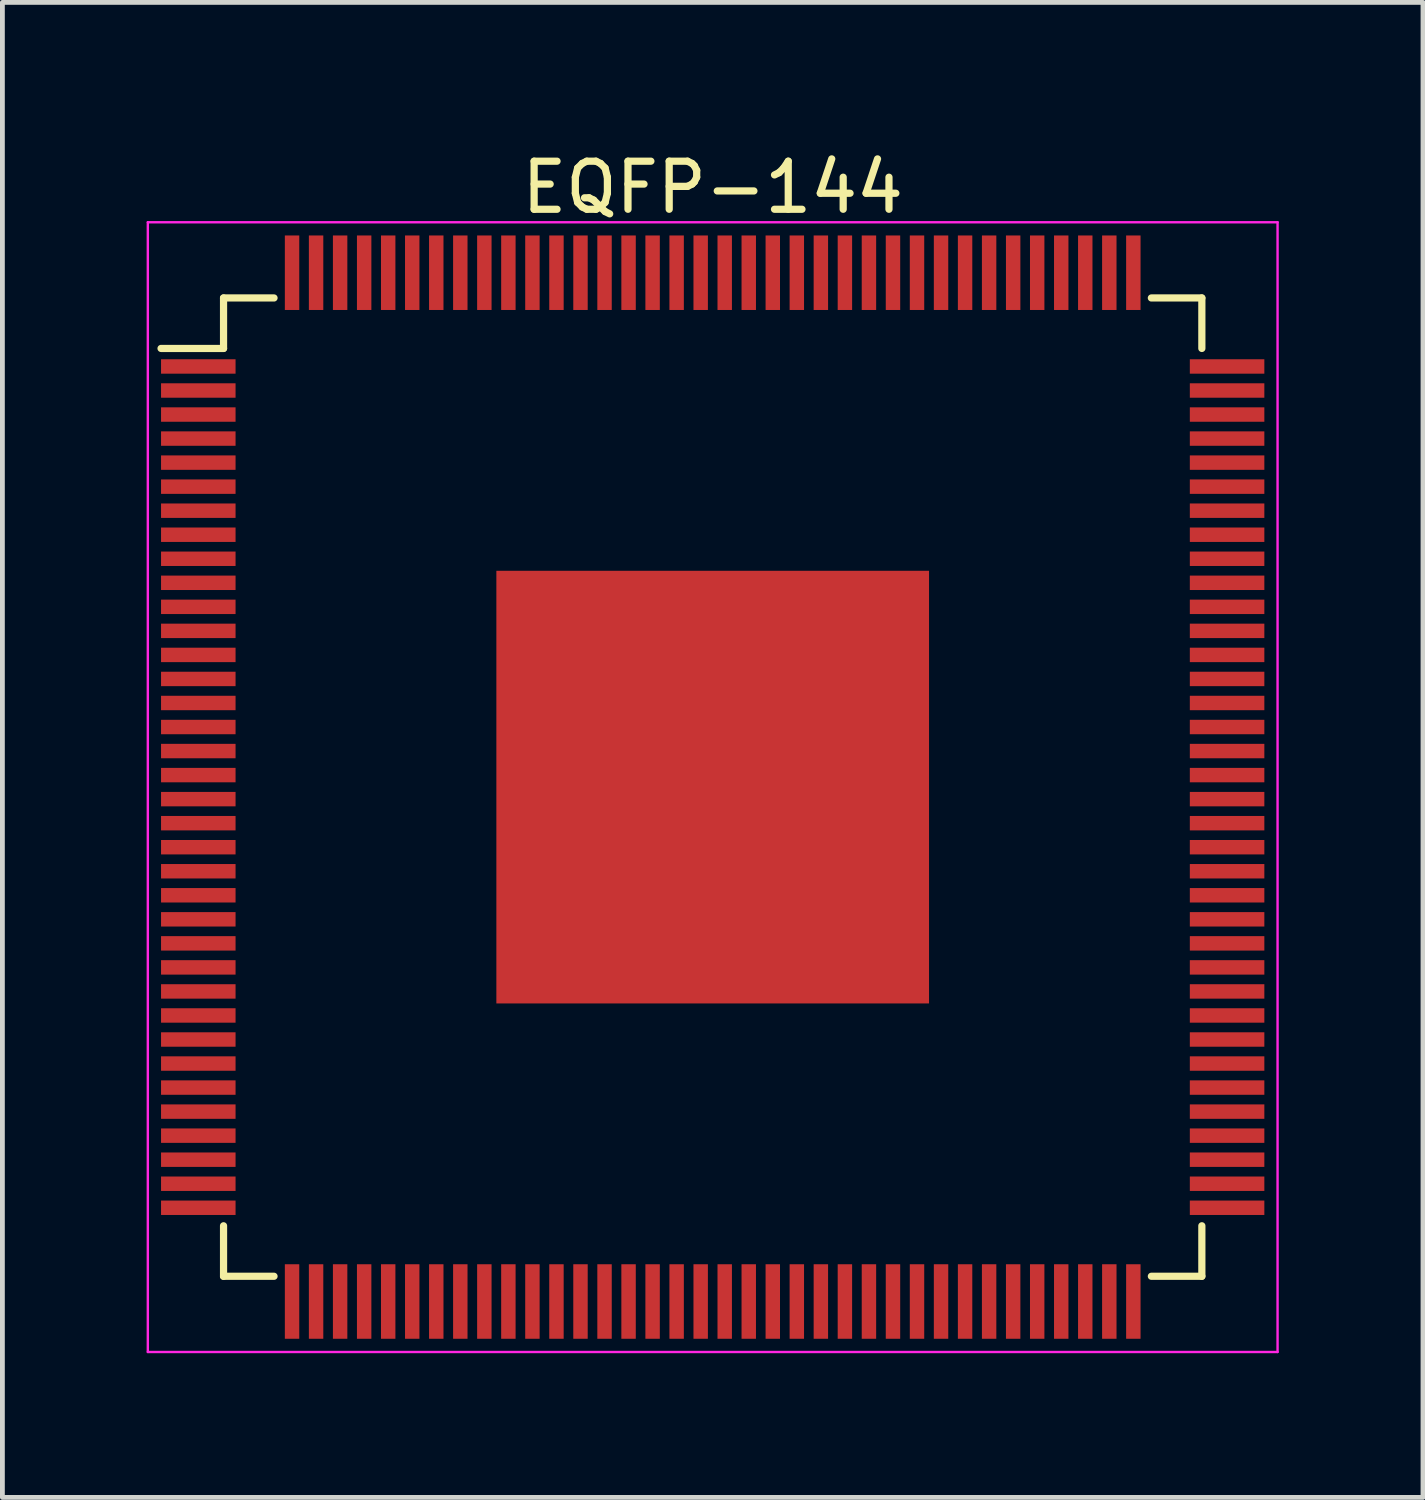
<source format=kicad_pcb>
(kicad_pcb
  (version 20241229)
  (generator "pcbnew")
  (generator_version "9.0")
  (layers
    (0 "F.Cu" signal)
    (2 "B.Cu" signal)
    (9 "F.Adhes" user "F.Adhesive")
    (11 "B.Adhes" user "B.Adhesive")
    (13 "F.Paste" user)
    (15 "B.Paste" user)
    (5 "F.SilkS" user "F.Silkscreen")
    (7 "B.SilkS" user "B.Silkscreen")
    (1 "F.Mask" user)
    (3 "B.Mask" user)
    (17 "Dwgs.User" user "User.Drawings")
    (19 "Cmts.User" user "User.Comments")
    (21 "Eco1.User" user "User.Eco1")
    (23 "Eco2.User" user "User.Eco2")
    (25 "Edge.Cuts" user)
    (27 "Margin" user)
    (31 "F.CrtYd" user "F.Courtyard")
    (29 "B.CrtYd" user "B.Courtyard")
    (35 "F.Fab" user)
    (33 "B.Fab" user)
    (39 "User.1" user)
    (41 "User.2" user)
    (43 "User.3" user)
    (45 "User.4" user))
  (footprint "EQFP-144"
    (layer "F.Cu")
    (at 11.775 13.323)
    (property "Reference" "EQFP-144" (at 0 -12.475 0) (layer "F.SilkS") (effects (font (size 1 1) (thickness 0.15))))
    (attr smd)
    (fp_line (start -10.175 -10.175) (end -10.175 -9.125) (stroke (width 0.15) (type solid)) (layer "F.SilkS"))
    (fp_line (start -10.175 -10.175) (end -9.125 -10.175) (stroke (width 0.15) (type solid)) (layer "F.SilkS"))
    (fp_line (start -10.175 -9.125) (end -11.475 -9.125) (stroke (width 0.15) (type solid)) (layer "F.SilkS"))
    (fp_line (start -10.175 10.175) (end -10.175 9.125) (stroke (width 0.15) (type solid)) (layer "F.SilkS"))
    (fp_line (start -10.175 10.175) (end -9.125 10.175) (stroke (width 0.15) (type solid)) (layer "F.SilkS"))
    (fp_line (start 10.175 -10.175) (end 9.125 -10.175) (stroke (width 0.15) (type solid)) (layer "F.SilkS"))
    (fp_line (start 10.175 -10.175) (end 10.175 -9.125) (stroke (width 0.15) (type solid)) (layer "F.SilkS"))
    (fp_line (start 10.175 10.175) (end 9.125 10.175) (stroke (width 0.15) (type solid)) (layer "F.SilkS"))
    (fp_line (start 10.175 10.175) (end 10.175 9.125) (stroke (width 0.15) (type solid)) (layer "F.SilkS"))
    (fp_line (start -11.75 -11.75) (end -11.75 11.75) (stroke (width 0.05) (type solid)) (layer "F.CrtYd"))
    (fp_line (start -11.75 -11.75) (end 11.75 -11.75) (stroke (width 0.05) (type solid)) (layer "F.CrtYd"))
    (fp_line (start -11.75 11.75) (end 11.75 11.75) (stroke (width 0.05) (type solid)) (layer "F.CrtYd"))
    (fp_line (start 11.75 -11.75) (end 11.75 11.75) (stroke (width 0.05) (type solid)) (layer "F.CrtYd"))
    (pad "1" smd rect (at -10.7 -8.75) (size 1.55 0.3) (layers "F.Cu" "F.Mask" "F.Paste"))
    (pad "2" smd rect (at -10.7 -8.25) (size 1.55 0.3) (layers "F.Cu" "F.Mask" "F.Paste"))
    (pad "3" smd rect (at -10.7 -7.75) (size 1.55 0.3) (layers "F.Cu" "F.Mask" "F.Paste"))
    (pad "4" smd rect (at -10.7 -7.25) (size 1.55 0.3) (layers "F.Cu" "F.Mask" "F.Paste"))
    (pad "5" smd rect (at -10.7 -6.75) (size 1.55 0.3) (layers "F.Cu" "F.Mask" "F.Paste"))
    (pad "6" smd rect (at -10.7 -6.25) (size 1.55 0.3) (layers "F.Cu" "F.Mask" "F.Paste"))
    (pad "7" smd rect (at -10.7 -5.75) (size 1.55 0.3) (layers "F.Cu" "F.Mask" "F.Paste"))
    (pad "8" smd rect (at -10.7 -5.25) (size 1.55 0.3) (layers "F.Cu" "F.Mask" "F.Paste"))
    (pad "9" smd rect (at -10.7 -4.75) (size 1.55 0.3) (layers "F.Cu" "F.Mask" "F.Paste"))
    (pad "10" smd rect (at -10.7 -4.25) (size 1.55 0.3) (layers "F.Cu" "F.Mask" "F.Paste"))
    (pad "11" smd rect (at -10.7 -3.75) (size 1.55 0.3) (layers "F.Cu" "F.Mask" "F.Paste"))
    (pad "12" smd rect (at -10.7 -3.25) (size 1.55 0.3) (layers "F.Cu" "F.Mask" "F.Paste"))
    (pad "13" smd rect (at -10.7 -2.75) (size 1.55 0.3) (layers "F.Cu" "F.Mask" "F.Paste"))
    (pad "14" smd rect (at -10.7 -2.25) (size 1.55 0.3) (layers "F.Cu" "F.Mask" "F.Paste"))
    (pad "15" smd rect (at -10.7 -1.75) (size 1.55 0.3) (layers "F.Cu" "F.Mask" "F.Paste"))
    (pad "16" smd rect (at -10.7 -1.25) (size 1.55 0.3) (layers "F.Cu" "F.Mask" "F.Paste"))
    (pad "17" smd rect (at -10.7 -0.75) (size 1.55 0.3) (layers "F.Cu" "F.Mask" "F.Paste"))
    (pad "18" smd rect (at -10.7 -0.25) (size 1.55 0.3) (layers "F.Cu" "F.Mask" "F.Paste"))
    (pad "19" smd rect (at -10.7 0.25) (size 1.55 0.3) (layers "F.Cu" "F.Mask" "F.Paste"))
    (pad "20" smd rect (at -10.7 0.75) (size 1.55 0.3) (layers "F.Cu" "F.Mask" "F.Paste"))
    (pad "21" smd rect (at -10.7 1.25) (size 1.55 0.3) (layers "F.Cu" "F.Mask" "F.Paste"))
    (pad "22" smd rect (at -10.7 1.75) (size 1.55 0.3) (layers "F.Cu" "F.Mask" "F.Paste"))
    (pad "23" smd rect (at -10.7 2.25) (size 1.55 0.3) (layers "F.Cu" "F.Mask" "F.Paste"))
    (pad "24" smd rect (at -10.7 2.75) (size 1.55 0.3) (layers "F.Cu" "F.Mask" "F.Paste"))
    (pad "25" smd rect (at -10.7 3.25) (size 1.55 0.3) (layers "F.Cu" "F.Mask" "F.Paste"))
    (pad "26" smd rect (at -10.7 3.75) (size 1.55 0.3) (layers "F.Cu" "F.Mask" "F.Paste"))
    (pad "27" smd rect (at -10.7 4.25) (size 1.55 0.3) (layers "F.Cu" "F.Mask" "F.Paste"))
    (pad "28" smd rect (at -10.7 4.75) (size 1.55 0.3) (layers "F.Cu" "F.Mask" "F.Paste"))
    (pad "29" smd rect (at -10.7 5.25) (size 1.55 0.3) (layers "F.Cu" "F.Mask" "F.Paste"))
    (pad "30" smd rect (at -10.7 5.75) (size 1.55 0.3) (layers "F.Cu" "F.Mask" "F.Paste"))
    (pad "31" smd rect (at -10.7 6.25) (size 1.55 0.3) (layers "F.Cu" "F.Mask" "F.Paste"))
    (pad "32" smd rect (at -10.7 6.75) (size 1.55 0.3) (layers "F.Cu" "F.Mask" "F.Paste"))
    (pad "33" smd rect (at -10.7 7.25) (size 1.55 0.3) (layers "F.Cu" "F.Mask" "F.Paste"))
    (pad "34" smd rect (at -10.7 7.75) (size 1.55 0.3) (layers "F.Cu" "F.Mask" "F.Paste"))
    (pad "35" smd rect (at -10.7 8.25) (size 1.55 0.3) (layers "F.Cu" "F.Mask" "F.Paste"))
    (pad "36" smd rect (at -10.7 8.75) (size 1.55 0.3) (layers "F.Cu" "F.Mask" "F.Paste"))
    (pad "37" smd rect (at -8.75 10.7 90) (size 1.55 0.3) (layers "F.Cu" "F.Mask" "F.Paste"))
    (pad "38" smd rect (at -8.25 10.7 90) (size 1.55 0.3) (layers "F.Cu" "F.Mask" "F.Paste"))
    (pad "39" smd rect (at -7.75 10.7 90) (size 1.55 0.3) (layers "F.Cu" "F.Mask" "F.Paste"))
    (pad "40" smd rect (at -7.25 10.7 90) (size 1.55 0.3) (layers "F.Cu" "F.Mask" "F.Paste"))
    (pad "41" smd rect (at -6.75 10.7 90) (size 1.55 0.3) (layers "F.Cu" "F.Mask" "F.Paste"))
    (pad "42" smd rect (at -6.25 10.7 90) (size 1.55 0.3) (layers "F.Cu" "F.Mask" "F.Paste"))
    (pad "43" smd rect (at -5.75 10.7 90) (size 1.55 0.3) (layers "F.Cu" "F.Mask" "F.Paste"))
    (pad "44" smd rect (at -5.25 10.7 90) (size 1.55 0.3) (layers "F.Cu" "F.Mask" "F.Paste"))
    (pad "45" smd rect (at -4.75 10.7 90) (size 1.55 0.3) (layers "F.Cu" "F.Mask" "F.Paste"))
    (pad "46" smd rect (at -4.25 10.7 90) (size 1.55 0.3) (layers "F.Cu" "F.Mask" "F.Paste"))
    (pad "47" smd rect (at -3.75 10.7 90) (size 1.55 0.3) (layers "F.Cu" "F.Mask" "F.Paste"))
    (pad "48" smd rect (at -3.25 10.7 90) (size 1.55 0.3) (layers "F.Cu" "F.Mask" "F.Paste"))
    (pad "49" smd rect (at -2.75 10.7 90) (size 1.55 0.3) (layers "F.Cu" "F.Mask" "F.Paste"))
    (pad "50" smd rect (at -2.25 10.7 90) (size 1.55 0.3) (layers "F.Cu" "F.Mask" "F.Paste"))
    (pad "51" smd rect (at -1.75 10.7 90) (size 1.55 0.3) (layers "F.Cu" "F.Mask" "F.Paste"))
    (pad "52" smd rect (at -1.25 10.7 90) (size 1.55 0.3) (layers "F.Cu" "F.Mask" "F.Paste"))
    (pad "53" smd rect (at -0.75 10.7 90) (size 1.55 0.3) (layers "F.Cu" "F.Mask" "F.Paste"))
    (pad "54" smd rect (at -0.25 10.7 90) (size 1.55 0.3) (layers "F.Cu" "F.Mask" "F.Paste"))
    (pad "55" smd rect (at 0.25 10.7 90) (size 1.55 0.3) (layers "F.Cu" "F.Mask" "F.Paste"))
    (pad "56" smd rect (at 0.75 10.7 90) (size 1.55 0.3) (layers "F.Cu" "F.Mask" "F.Paste"))
    (pad "57" smd rect (at 1.25 10.7 90) (size 1.55 0.3) (layers "F.Cu" "F.Mask" "F.Paste"))
    (pad "58" smd rect (at 1.75 10.7 90) (size 1.55 0.3) (layers "F.Cu" "F.Mask" "F.Paste"))
    (pad "59" smd rect (at 2.25 10.7 90) (size 1.55 0.3) (layers "F.Cu" "F.Mask" "F.Paste"))
    (pad "60" smd rect (at 2.75 10.7 90) (size 1.55 0.3) (layers "F.Cu" "F.Mask" "F.Paste"))
    (pad "61" smd rect (at 3.25 10.7 90) (size 1.55 0.3) (layers "F.Cu" "F.Mask" "F.Paste"))
    (pad "62" smd rect (at 3.75 10.7 90) (size 1.55 0.3) (layers "F.Cu" "F.Mask" "F.Paste"))
    (pad "63" smd rect (at 4.25 10.7 90) (size 1.55 0.3) (layers "F.Cu" "F.Mask" "F.Paste"))
    (pad "64" smd rect (at 4.75 10.7 90) (size 1.55 0.3) (layers "F.Cu" "F.Mask" "F.Paste"))
    (pad "65" smd rect (at 5.25 10.7 90) (size 1.55 0.3) (layers "F.Cu" "F.Mask" "F.Paste"))
    (pad "66" smd rect (at 5.75 10.7 90) (size 1.55 0.3) (layers "F.Cu" "F.Mask" "F.Paste"))
    (pad "67" smd rect (at 6.25 10.7 90) (size 1.55 0.3) (layers "F.Cu" "F.Mask" "F.Paste"))
    (pad "68" smd rect (at 6.75 10.7 90) (size 1.55 0.3) (layers "F.Cu" "F.Mask" "F.Paste"))
    (pad "69" smd rect (at 7.25 10.7 90) (size 1.55 0.3) (layers "F.Cu" "F.Mask" "F.Paste"))
    (pad "70" smd rect (at 7.75 10.7 90) (size 1.55 0.3) (layers "F.Cu" "F.Mask" "F.Paste"))
    (pad "71" smd rect (at 8.25 10.7 90) (size 1.55 0.3) (layers "F.Cu" "F.Mask" "F.Paste"))
    (pad "72" smd rect (at 8.75 10.7 90) (size 1.55 0.3) (layers "F.Cu" "F.Mask" "F.Paste"))
    (pad "73" smd rect (at 10.7 8.75) (size 1.55 0.3) (layers "F.Cu" "F.Mask" "F.Paste"))
    (pad "74" smd rect (at 10.7 8.25) (size 1.55 0.3) (layers "F.Cu" "F.Mask" "F.Paste"))
    (pad "75" smd rect (at 10.7 7.75) (size 1.55 0.3) (layers "F.Cu" "F.Mask" "F.Paste"))
    (pad "76" smd rect (at 10.7 7.25) (size 1.55 0.3) (layers "F.Cu" "F.Mask" "F.Paste"))
    (pad "77" smd rect (at 10.7 6.75) (size 1.55 0.3) (layers "F.Cu" "F.Mask" "F.Paste"))
    (pad "78" smd rect (at 10.7 6.25) (size 1.55 0.3) (layers "F.Cu" "F.Mask" "F.Paste"))
    (pad "79" smd rect (at 10.7 5.75) (size 1.55 0.3) (layers "F.Cu" "F.Mask" "F.Paste"))
    (pad "80" smd rect (at 10.7 5.25) (size 1.55 0.3) (layers "F.Cu" "F.Mask" "F.Paste"))
    (pad "81" smd rect (at 10.7 4.75) (size 1.55 0.3) (layers "F.Cu" "F.Mask" "F.Paste"))
    (pad "82" smd rect (at 10.7 4.25) (size 1.55 0.3) (layers "F.Cu" "F.Mask" "F.Paste"))
    (pad "83" smd rect (at 10.7 3.75) (size 1.55 0.3) (layers "F.Cu" "F.Mask" "F.Paste"))
    (pad "84" smd rect (at 10.7 3.25) (size 1.55 0.3) (layers "F.Cu" "F.Mask" "F.Paste"))
    (pad "85" smd rect (at 10.7 2.75) (size 1.55 0.3) (layers "F.Cu" "F.Mask" "F.Paste"))
    (pad "86" smd rect (at 10.7 2.25) (size 1.55 0.3) (layers "F.Cu" "F.Mask" "F.Paste"))
    (pad "87" smd rect (at 10.7 1.75) (size 1.55 0.3) (layers "F.Cu" "F.Mask" "F.Paste"))
    (pad "88" smd rect (at 10.7 1.25) (size 1.55 0.3) (layers "F.Cu" "F.Mask" "F.Paste"))
    (pad "89" smd rect (at 10.7 0.75) (size 1.55 0.3) (layers "F.Cu" "F.Mask" "F.Paste"))
    (pad "90" smd rect (at 10.7 0.25) (size 1.55 0.3) (layers "F.Cu" "F.Mask" "F.Paste"))
    (pad "91" smd rect (at 10.7 -0.25) (size 1.55 0.3) (layers "F.Cu" "F.Mask" "F.Paste"))
    (pad "92" smd rect (at 10.7 -0.75) (size 1.55 0.3) (layers "F.Cu" "F.Mask" "F.Paste"))
    (pad "93" smd rect (at 10.7 -1.25) (size 1.55 0.3) (layers "F.Cu" "F.Mask" "F.Paste"))
    (pad "94" smd rect (at 10.7 -1.75) (size 1.55 0.3) (layers "F.Cu" "F.Mask" "F.Paste"))
    (pad "95" smd rect (at 10.7 -2.25) (size 1.55 0.3) (layers "F.Cu" "F.Mask" "F.Paste"))
    (pad "96" smd rect (at 10.7 -2.75) (size 1.55 0.3) (layers "F.Cu" "F.Mask" "F.Paste"))
    (pad "97" smd rect (at 10.7 -3.25) (size 1.55 0.3) (layers "F.Cu" "F.Mask" "F.Paste"))
    (pad "98" smd rect (at 10.7 -3.75) (size 1.55 0.3) (layers "F.Cu" "F.Mask" "F.Paste"))
    (pad "99" smd rect (at 10.7 -4.25) (size 1.55 0.3) (layers "F.Cu" "F.Mask" "F.Paste"))
    (pad "100" smd rect (at 10.7 -4.75) (size 1.55 0.3) (layers "F.Cu" "F.Mask" "F.Paste"))
    (pad "101" smd rect (at 10.7 -5.25) (size 1.55 0.3) (layers "F.Cu" "F.Mask" "F.Paste"))
    (pad "102" smd rect (at 10.7 -5.75) (size 1.55 0.3) (layers "F.Cu" "F.Mask" "F.Paste"))
    (pad "103" smd rect (at 10.7 -6.25) (size 1.55 0.3) (layers "F.Cu" "F.Mask" "F.Paste"))
    (pad "104" smd rect (at 10.7 -6.75) (size 1.55 0.3) (layers "F.Cu" "F.Mask" "F.Paste"))
    (pad "105" smd rect (at 10.7 -7.25) (size 1.55 0.3) (layers "F.Cu" "F.Mask" "F.Paste"))
    (pad "106" smd rect (at 10.7 -7.75) (size 1.55 0.3) (layers "F.Cu" "F.Mask" "F.Paste"))
    (pad "107" smd rect (at 10.7 -8.25) (size 1.55 0.3) (layers "F.Cu" "F.Mask" "F.Paste"))
    (pad "108" smd rect (at 10.7 -8.75) (size 1.55 0.3) (layers "F.Cu" "F.Mask" "F.Paste"))
    (pad "109" smd rect (at 8.75 -10.7 90) (size 1.55 0.3) (layers "F.Cu" "F.Mask" "F.Paste"))
    (pad "110" smd rect (at 8.25 -10.7 90) (size 1.55 0.3) (layers "F.Cu" "F.Mask" "F.Paste"))
    (pad "111" smd rect (at 7.75 -10.7 90) (size 1.55 0.3) (layers "F.Cu" "F.Mask" "F.Paste"))
    (pad "112" smd rect (at 7.25 -10.7 90) (size 1.55 0.3) (layers "F.Cu" "F.Mask" "F.Paste"))
    (pad "113" smd rect (at 6.75 -10.7 90) (size 1.55 0.3) (layers "F.Cu" "F.Mask" "F.Paste"))
    (pad "114" smd rect (at 6.25 -10.7 90) (size 1.55 0.3) (layers "F.Cu" "F.Mask" "F.Paste"))
    (pad "115" smd rect (at 5.75 -10.7 90) (size 1.55 0.3) (layers "F.Cu" "F.Mask" "F.Paste"))
    (pad "116" smd rect (at 5.25 -10.7 90) (size 1.55 0.3) (layers "F.Cu" "F.Mask" "F.Paste"))
    (pad "117" smd rect (at 4.75 -10.7 90) (size 1.55 0.3) (layers "F.Cu" "F.Mask" "F.Paste"))
    (pad "118" smd rect (at 4.25 -10.7 90) (size 1.55 0.3) (layers "F.Cu" "F.Mask" "F.Paste"))
    (pad "119" smd rect (at 3.75 -10.7 90) (size 1.55 0.3) (layers "F.Cu" "F.Mask" "F.Paste"))
    (pad "120" smd rect (at 3.25 -10.7 90) (size 1.55 0.3) (layers "F.Cu" "F.Mask" "F.Paste"))
    (pad "121" smd rect (at 2.75 -10.7 90) (size 1.55 0.3) (layers "F.Cu" "F.Mask" "F.Paste"))
    (pad "122" smd rect (at 2.25 -10.7 90) (size 1.55 0.3) (layers "F.Cu" "F.Mask" "F.Paste"))
    (pad "123" smd rect (at 1.75 -10.7 90) (size 1.55 0.3) (layers "F.Cu" "F.Mask" "F.Paste"))
    (pad "124" smd rect (at 1.25 -10.7 90) (size 1.55 0.3) (layers "F.Cu" "F.Mask" "F.Paste"))
    (pad "125" smd rect (at 0.75 -10.7 90) (size 1.55 0.3) (layers "F.Cu" "F.Mask" "F.Paste"))
    (pad "126" smd rect (at 0.25 -10.7 90) (size 1.55 0.3) (layers "F.Cu" "F.Mask" "F.Paste"))
    (pad "127" smd rect (at -0.25 -10.7 90) (size 1.55 0.3) (layers "F.Cu" "F.Mask" "F.Paste"))
    (pad "128" smd rect (at -0.75 -10.7 90) (size 1.55 0.3) (layers "F.Cu" "F.Mask" "F.Paste"))
    (pad "129" smd rect (at -1.25 -10.7 90) (size 1.55 0.3) (layers "F.Cu" "F.Mask" "F.Paste"))
    (pad "130" smd rect (at -1.75 -10.7 90) (size 1.55 0.3) (layers "F.Cu" "F.Mask" "F.Paste"))
    (pad "131" smd rect (at -2.25 -10.7 90) (size 1.55 0.3) (layers "F.Cu" "F.Mask" "F.Paste"))
    (pad "132" smd rect (at -2.75 -10.7 90) (size 1.55 0.3) (layers "F.Cu" "F.Mask" "F.Paste"))
    (pad "133" smd rect (at -3.25 -10.7 90) (size 1.55 0.3) (layers "F.Cu" "F.Mask" "F.Paste"))
    (pad "134" smd rect (at -3.75 -10.7 90) (size 1.55 0.3) (layers "F.Cu" "F.Mask" "F.Paste"))
    (pad "135" smd rect (at -4.25 -10.7 90) (size 1.55 0.3) (layers "F.Cu" "F.Mask" "F.Paste"))
    (pad "136" smd rect (at -4.75 -10.7 90) (size 1.55 0.3) (layers "F.Cu" "F.Mask" "F.Paste"))
    (pad "137" smd rect (at -5.25 -10.7 90) (size 1.55 0.3) (layers "F.Cu" "F.Mask" "F.Paste"))
    (pad "138" smd rect (at -5.75 -10.7 90) (size 1.55 0.3) (layers "F.Cu" "F.Mask" "F.Paste"))
    (pad "139" smd rect (at -6.25 -10.7 90) (size 1.55 0.3) (layers "F.Cu" "F.Mask" "F.Paste"))
    (pad "140" smd rect (at -6.75 -10.7 90) (size 1.55 0.3) (layers "F.Cu" "F.Mask" "F.Paste"))
    (pad "141" smd rect (at -7.25 -10.7 90) (size 1.55 0.3) (layers "F.Cu" "F.Mask" "F.Paste"))
    (pad "142" smd rect (at -7.75 -10.7 90) (size 1.55 0.3) (layers "F.Cu" "F.Mask" "F.Paste"))
    (pad "143" smd rect (at -8.25 -10.7 90) (size 1.55 0.3) (layers "F.Cu" "F.Mask" "F.Paste"))
    (pad "144" smd rect (at -8.75 -10.7 90) (size 1.55 0.3) (layers "F.Cu" "F.Mask" "F.Paste"))
    (pad "145" smd rect (at 0 0) (size 9 9) (layers "F.Cu" "F.Mask" "F.Paste")))
  (gr_rect
    (start -3 -3)
    (end 26.55 28.098)
    (stroke (width 0.1) (type default))
    (fill no)
    (layer "Edge.Cuts")))
</source>
